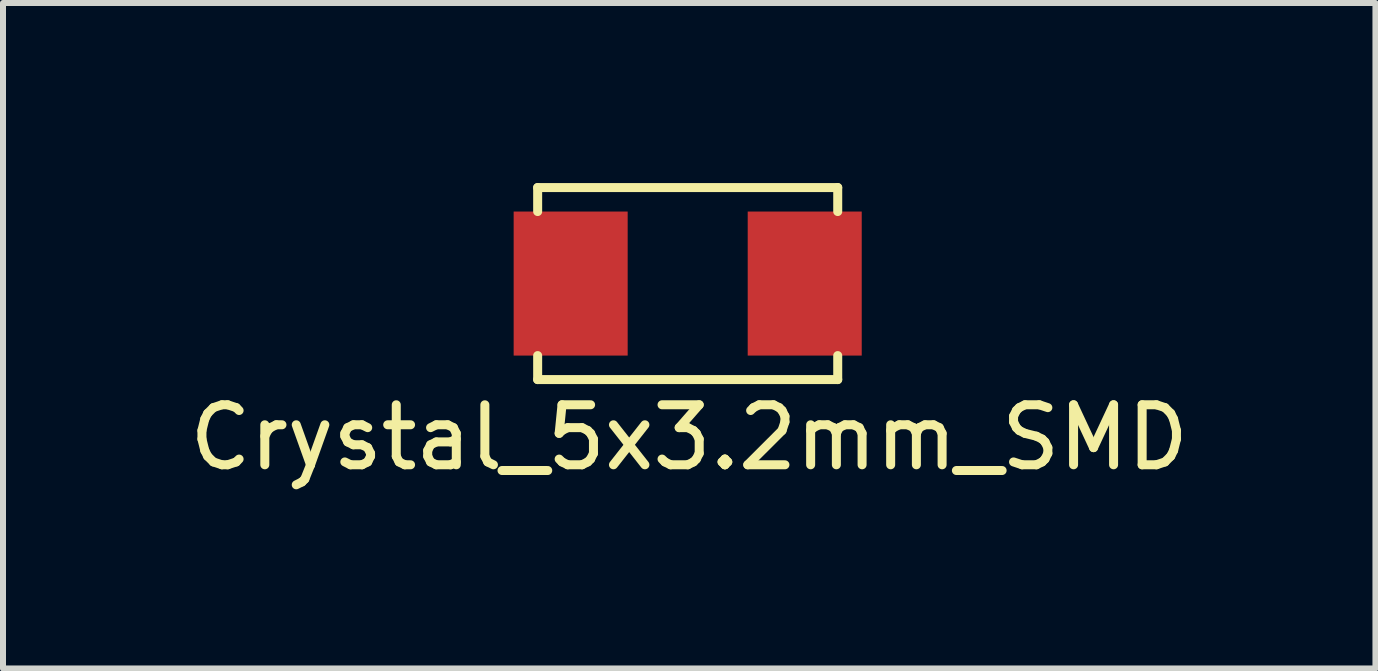
<source format=kicad_pcb>
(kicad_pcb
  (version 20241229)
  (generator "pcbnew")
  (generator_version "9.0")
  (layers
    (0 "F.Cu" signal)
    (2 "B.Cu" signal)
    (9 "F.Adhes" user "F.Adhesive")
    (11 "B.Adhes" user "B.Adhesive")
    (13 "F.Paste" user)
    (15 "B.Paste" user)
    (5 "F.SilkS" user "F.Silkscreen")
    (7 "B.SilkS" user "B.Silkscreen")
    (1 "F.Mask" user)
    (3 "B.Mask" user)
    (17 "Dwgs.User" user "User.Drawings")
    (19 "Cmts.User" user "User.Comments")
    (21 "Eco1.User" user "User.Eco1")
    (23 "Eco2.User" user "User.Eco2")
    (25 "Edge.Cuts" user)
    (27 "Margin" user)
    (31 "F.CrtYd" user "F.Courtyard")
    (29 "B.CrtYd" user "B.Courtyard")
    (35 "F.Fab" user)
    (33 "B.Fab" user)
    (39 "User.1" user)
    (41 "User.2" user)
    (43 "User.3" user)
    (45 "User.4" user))
  (footprint "Crystal_5x3.2mm_SMD"
    (layer "F.Cu")
    (at 8.409 1.675)
    (property "Reference" "Crystal_5x3.2mm_SMD" (at 0.025 2.565 0) (layer "F.SilkS") (effects (font (size 1 1) (thickness 0.15))))
    (attr through_hole)
    (fp_line (start -2.5 -1.6) (end -2.5 -1.2) (stroke (width 0.15) (type solid)) (layer "F.SilkS"))
    (fp_line (start -2.5 -1.6) (end 2.5 -1.6) (stroke (width 0.15) (type solid)) (layer "F.SilkS"))
    (fp_line (start -2.5 1.6) (end -2.5 1.2) (stroke (width 0.15) (type solid)) (layer "F.SilkS"))
    (fp_line (start -2.5 1.6) (end 2.5 1.6) (stroke (width 0.15) (type solid)) (layer "F.SilkS"))
    (fp_line (start 2.5 -1.2) (end 2.5 -1.6) (stroke (width 0.15) (type solid)) (layer "F.SilkS"))
    (fp_line (start 2.5 1.6) (end 2.5 1.2) (stroke (width 0.15) (type solid)) (layer "F.SilkS"))
    (pad "1" smd rect (at -1.95 0) (size 1.9 2.4) (layers "F.Cu" "F.Mask" "F.Paste"))
    (pad "2" smd rect (at 1.95 0) (size 1.9 2.4) (layers "F.Cu" "F.Mask" "F.Paste")))
  (gr_rect
    (start -3 -3)
    (end 19.869 8.089)
    (stroke (width 0.1) (type default))
    (fill no)
    (layer "Edge.Cuts")))
</source>
